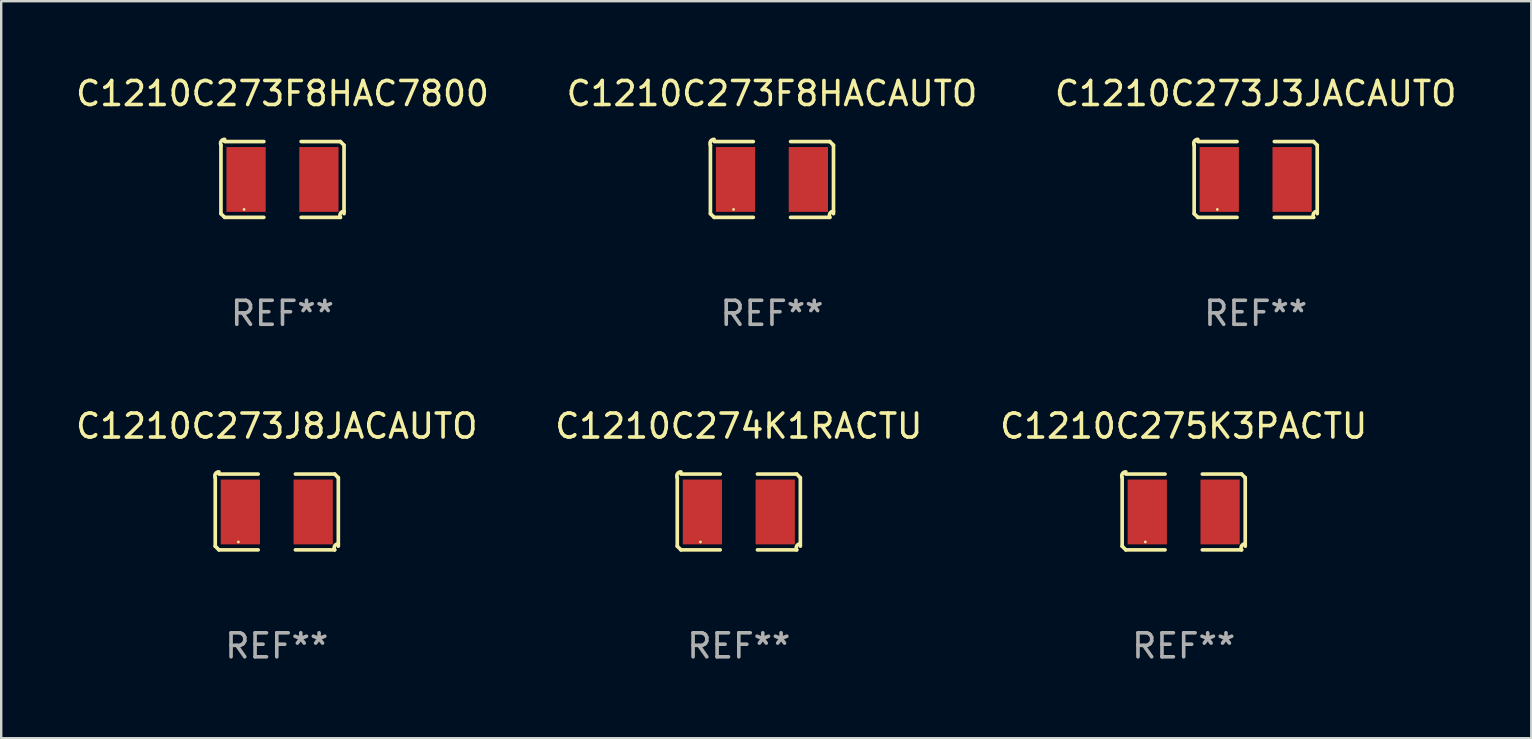
<source format=kicad_pcb>
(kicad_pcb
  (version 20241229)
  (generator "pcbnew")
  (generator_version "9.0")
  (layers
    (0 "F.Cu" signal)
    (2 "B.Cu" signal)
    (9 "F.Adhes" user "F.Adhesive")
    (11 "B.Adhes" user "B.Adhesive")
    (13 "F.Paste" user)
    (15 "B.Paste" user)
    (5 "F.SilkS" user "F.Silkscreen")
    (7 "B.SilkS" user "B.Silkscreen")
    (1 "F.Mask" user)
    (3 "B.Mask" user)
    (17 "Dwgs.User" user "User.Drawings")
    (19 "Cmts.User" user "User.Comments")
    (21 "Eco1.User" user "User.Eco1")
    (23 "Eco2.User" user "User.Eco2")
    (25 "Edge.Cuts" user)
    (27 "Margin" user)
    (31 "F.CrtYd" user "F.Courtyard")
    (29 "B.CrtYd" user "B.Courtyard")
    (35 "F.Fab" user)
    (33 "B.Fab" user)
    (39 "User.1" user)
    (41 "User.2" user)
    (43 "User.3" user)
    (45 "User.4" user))
  (footprint "C1210C273F8HAC7800"
    (layer "F.Cu")
    (at 8.72 4.427)
    (property "Reference" "C1210C273F8HAC7800" (at 0 -3.579 0) (layer "F.SilkS") (effects (font (size 1 1) (thickness 0.15))))
    (attr through_hole)
    (fp_line (start -2.564 1.426) (end -2.564 -1.426) (stroke (width 0.152) (type solid)) (layer "F.SilkS"))
    (fp_line (start -2.411 -1.579) (end -0.776 -1.579) (stroke (width 0.152) (type solid)) (layer "F.SilkS"))
    (fp_line (start -0.776 1.579) (end -2.411 1.579) (stroke (width 0.152) (type solid)) (layer "F.SilkS"))
    (fp_line (start 0.776 1.579) (end 2.411 1.579) (stroke (width 0.152) (type solid)) (layer "F.SilkS"))
    (fp_line (start 2.411 -1.579) (end 0.776 -1.579) (stroke (width 0.152) (type solid)) (layer "F.SilkS"))
    (fp_line (start 2.564 1.426) (end 2.564 -1.426) (stroke (width 0.152) (type solid)) (layer "F.SilkS"))
    (fp_arc (start -2.563602 -1.426213) (mid -2.555597 -1.591233) (end -2.411201 -1.671518) (stroke (width 0.1524) (type solid)) (layer "F.SilkS"))
    (fp_arc (start -2.5636 1.426214) (mid -2.487389 1.502402) (end -2.411201 1.578613) (stroke (width 0.1524) (type solid)) (layer "F.SilkS"))
    (fp_arc (start 2.411197 -1.578618) (mid 2.487403 -1.502419) (end 2.563602 -1.426213) (stroke (width 0.1524) (type solid)) (layer "F.SilkS"))
    (fp_arc (start 2.411201 1.578613) (mid 2.416214 1.409455) (end 2.563602 1.32629) (stroke (width 0.1524) (type solid)) (layer "F.SilkS"))
    (fp_circle (center -1.6 1.25) (end -1.57 1.25) (stroke (width 0.06) (type solid)) (fill no) (layer "F.SilkS"))
    (fp_text user "REF**" (at 0 5.579 0) (layer "F.Fab") (effects (font (size 1 1) (thickness 0.15))))
    (pad "1" smd rect (at -1.517 0) (size 1.635 2.7) (layers "F.Cu" "F.Mask" "F.Paste"))
    (pad "2" smd rect (at 1.517 0) (size 1.635 2.7) (layers "F.Cu" "F.Mask" "F.Paste")))
  (footprint "C1210C275K3PACTU"
    (layer "F.Cu")
    (at 46.268 18.281)
    (property "Reference" "C1210C275K3PACTU" (at 0 -3.579 0) (layer "F.SilkS") (effects (font (size 1 1) (thickness 0.15))))
    (attr through_hole)
    (fp_line (start -2.564 1.426) (end -2.564 -1.426) (stroke (width 0.152) (type solid)) (layer "F.SilkS"))
    (fp_line (start -2.411 -1.579) (end -0.776 -1.579) (stroke (width 0.152) (type solid)) (layer "F.SilkS"))
    (fp_line (start -0.776 1.579) (end -2.411 1.579) (stroke (width 0.152) (type solid)) (layer "F.SilkS"))
    (fp_line (start 0.776 1.579) (end 2.411 1.579) (stroke (width 0.152) (type solid)) (layer "F.SilkS"))
    (fp_line (start 2.411 -1.579) (end 0.776 -1.579) (stroke (width 0.152) (type solid)) (layer "F.SilkS"))
    (fp_line (start 2.564 1.426) (end 2.564 -1.426) (stroke (width 0.152) (type solid)) (layer "F.SilkS"))
    (fp_arc (start -2.563602 -1.426213) (mid -2.555597 -1.591233) (end -2.411201 -1.671518) (stroke (width 0.1524) (type solid)) (layer "F.SilkS"))
    (fp_arc (start -2.5636 1.426214) (mid -2.487389 1.502402) (end -2.411201 1.578613) (stroke (width 0.1524) (type solid)) (layer "F.SilkS"))
    (fp_arc (start 2.411197 -1.578618) (mid 2.487403 -1.502419) (end 2.563602 -1.426213) (stroke (width 0.1524) (type solid)) (layer "F.SilkS"))
    (fp_arc (start 2.411201 1.578613) (mid 2.416214 1.409455) (end 2.563602 1.32629) (stroke (width 0.1524) (type solid)) (layer "F.SilkS"))
    (fp_circle (center -1.6 1.25) (end -1.57 1.25) (stroke (width 0.06) (type solid)) (fill no) (layer "F.SilkS"))
    (fp_text user "REF**" (at 0 5.579 0) (layer "F.Fab") (effects (font (size 1 1) (thickness 0.15))))
    (pad "1" smd rect (at -1.517 0) (size 1.635 2.7) (layers "F.Cu" "F.Mask" "F.Paste"))
    (pad "2" smd rect (at 1.517 0) (size 1.635 2.7) (layers "F.Cu" "F.Mask" "F.Paste")))
  (footprint "C1210C273J8JACAUTO"
    (layer "F.Cu")
    (at 8.482 18.281)
    (property "Reference" "C1210C273J8JACAUTO" (at 0 -3.579 0) (layer "F.SilkS") (effects (font (size 1 1) (thickness 0.15))))
    (attr through_hole)
    (fp_line (start -2.564 1.426) (end -2.564 -1.426) (stroke (width 0.152) (type solid)) (layer "F.SilkS"))
    (fp_line (start -2.411 -1.579) (end -0.776 -1.579) (stroke (width 0.152) (type solid)) (layer "F.SilkS"))
    (fp_line (start -0.776 1.579) (end -2.411 1.579) (stroke (width 0.152) (type solid)) (layer "F.SilkS"))
    (fp_line (start 0.776 1.579) (end 2.411 1.579) (stroke (width 0.152) (type solid)) (layer "F.SilkS"))
    (fp_line (start 2.411 -1.579) (end 0.776 -1.579) (stroke (width 0.152) (type solid)) (layer "F.SilkS"))
    (fp_line (start 2.564 1.426) (end 2.564 -1.426) (stroke (width 0.152) (type solid)) (layer "F.SilkS"))
    (fp_arc (start -2.563602 -1.426213) (mid -2.555597 -1.591233) (end -2.411201 -1.671518) (stroke (width 0.1524) (type solid)) (layer "F.SilkS"))
    (fp_arc (start -2.5636 1.426214) (mid -2.487389 1.502402) (end -2.411201 1.578613) (stroke (width 0.1524) (type solid)) (layer "F.SilkS"))
    (fp_arc (start 2.411197 -1.578618) (mid 2.487403 -1.502419) (end 2.563602 -1.426213) (stroke (width 0.1524) (type solid)) (layer "F.SilkS"))
    (fp_arc (start 2.411201 1.578613) (mid 2.416214 1.409455) (end 2.563602 1.32629) (stroke (width 0.1524) (type solid)) (layer "F.SilkS"))
    (fp_circle (center -1.6 1.25) (end -1.57 1.25) (stroke (width 0.06) (type solid)) (fill no) (layer "F.SilkS"))
    (fp_text user "REF**" (at 0 5.579 0) (layer "F.Fab") (effects (font (size 1 1) (thickness 0.15))))
    (pad "1" smd rect (at -1.517 0) (size 1.635 2.7) (layers "F.Cu" "F.Mask" "F.Paste"))
    (pad "2" smd rect (at 1.517 0) (size 1.635 2.7) (layers "F.Cu" "F.Mask" "F.Paste")))
  (footprint "C1210C274K1RACTU"
    (layer "F.Cu")
    (at 27.732 18.281)
    (property "Reference" "C1210C274K1RACTU" (at 0 -3.579 0) (layer "F.SilkS") (effects (font (size 1 1) (thickness 0.15))))
    (attr through_hole)
    (fp_line (start -2.564 1.426) (end -2.564 -1.426) (stroke (width 0.152) (type solid)) (layer "F.SilkS"))
    (fp_line (start -2.411 -1.579) (end -0.776 -1.579) (stroke (width 0.152) (type solid)) (layer "F.SilkS"))
    (fp_line (start -0.776 1.579) (end -2.411 1.579) (stroke (width 0.152) (type solid)) (layer "F.SilkS"))
    (fp_line (start 0.776 1.579) (end 2.411 1.579) (stroke (width 0.152) (type solid)) (layer "F.SilkS"))
    (fp_line (start 2.411 -1.579) (end 0.776 -1.579) (stroke (width 0.152) (type solid)) (layer "F.SilkS"))
    (fp_line (start 2.564 1.426) (end 2.564 -1.426) (stroke (width 0.152) (type solid)) (layer "F.SilkS"))
    (fp_arc (start -2.563602 -1.426213) (mid -2.555597 -1.591233) (end -2.411201 -1.671518) (stroke (width 0.1524) (type solid)) (layer "F.SilkS"))
    (fp_arc (start -2.5636 1.426214) (mid -2.487389 1.502402) (end -2.411201 1.578613) (stroke (width 0.1524) (type solid)) (layer "F.SilkS"))
    (fp_arc (start 2.411197 -1.578618) (mid 2.487403 -1.502419) (end 2.563602 -1.426213) (stroke (width 0.1524) (type solid)) (layer "F.SilkS"))
    (fp_arc (start 2.411201 1.578613) (mid 2.416214 1.409455) (end 2.563602 1.32629) (stroke (width 0.1524) (type solid)) (layer "F.SilkS"))
    (fp_circle (center -1.6 1.25) (end -1.57 1.25) (stroke (width 0.06) (type solid)) (fill no) (layer "F.SilkS"))
    (fp_text user "REF**" (at 0 5.579 0) (layer "F.Fab") (effects (font (size 1 1) (thickness 0.15))))
    (pad "1" smd rect (at -1.517 0) (size 1.635 2.7) (layers "F.Cu" "F.Mask" "F.Paste"))
    (pad "2" smd rect (at 1.517 0) (size 1.635 2.7) (layers "F.Cu" "F.Mask" "F.Paste")))
  (footprint "C1210C273J3JACAUTO"
    (layer "F.Cu")
    (at 49.268 4.427)
    (property "Reference" "C1210C273J3JACAUTO" (at 0 -3.579 0) (layer "F.SilkS") (effects (font (size 1 1) (thickness 0.15))))
    (attr through_hole)
    (fp_line (start -2.564 1.426) (end -2.564 -1.426) (stroke (width 0.152) (type solid)) (layer "F.SilkS"))
    (fp_line (start -2.411 -1.579) (end -0.776 -1.579) (stroke (width 0.152) (type solid)) (layer "F.SilkS"))
    (fp_line (start -0.776 1.579) (end -2.411 1.579) (stroke (width 0.152) (type solid)) (layer "F.SilkS"))
    (fp_line (start 0.776 1.579) (end 2.411 1.579) (stroke (width 0.152) (type solid)) (layer "F.SilkS"))
    (fp_line (start 2.411 -1.579) (end 0.776 -1.579) (stroke (width 0.152) (type solid)) (layer "F.SilkS"))
    (fp_line (start 2.564 1.426) (end 2.564 -1.426) (stroke (width 0.152) (type solid)) (layer "F.SilkS"))
    (fp_arc (start -2.563602 -1.426213) (mid -2.555597 -1.591233) (end -2.411201 -1.671518) (stroke (width 0.1524) (type solid)) (layer "F.SilkS"))
    (fp_arc (start -2.5636 1.426214) (mid -2.487389 1.502402) (end -2.411201 1.578613) (stroke (width 0.1524) (type solid)) (layer "F.SilkS"))
    (fp_arc (start 2.411197 -1.578618) (mid 2.487403 -1.502419) (end 2.563602 -1.426213) (stroke (width 0.1524) (type solid)) (layer "F.SilkS"))
    (fp_arc (start 2.411201 1.578613) (mid 2.416214 1.409455) (end 2.563602 1.32629) (stroke (width 0.1524) (type solid)) (layer "F.SilkS"))
    (fp_circle (center -1.6 1.25) (end -1.57 1.25) (stroke (width 0.06) (type solid)) (fill no) (layer "F.SilkS"))
    (fp_text user "REF**" (at 0 5.579 0) (layer "F.Fab") (effects (font (size 1 1) (thickness 0.15))))
    (pad "1" smd rect (at -1.517 0) (size 1.635 2.7) (layers "F.Cu" "F.Mask" "F.Paste"))
    (pad "2" smd rect (at 1.517 0) (size 1.635 2.7) (layers "F.Cu" "F.Mask" "F.Paste")))
  (footprint "C1210C273F8HACAUTO"
    (layer "F.Cu")
    (at 29.113 4.427)
    (property "Reference" "C1210C273F8HACAUTO" (at 0 -3.579 0) (layer "F.SilkS") (effects (font (size 1 1) (thickness 0.15))))
    (attr through_hole)
    (fp_line (start -2.564 1.426) (end -2.564 -1.426) (stroke (width 0.152) (type solid)) (layer "F.SilkS"))
    (fp_line (start -2.411 -1.579) (end -0.776 -1.579) (stroke (width 0.152) (type solid)) (layer "F.SilkS"))
    (fp_line (start -0.776 1.579) (end -2.411 1.579) (stroke (width 0.152) (type solid)) (layer "F.SilkS"))
    (fp_line (start 0.776 1.579) (end 2.411 1.579) (stroke (width 0.152) (type solid)) (layer "F.SilkS"))
    (fp_line (start 2.411 -1.579) (end 0.776 -1.579) (stroke (width 0.152) (type solid)) (layer "F.SilkS"))
    (fp_line (start 2.564 1.426) (end 2.564 -1.426) (stroke (width 0.152) (type solid)) (layer "F.SilkS"))
    (fp_arc (start -2.563602 -1.426213) (mid -2.555597 -1.591233) (end -2.411201 -1.671518) (stroke (width 0.1524) (type solid)) (layer "F.SilkS"))
    (fp_arc (start -2.5636 1.426214) (mid -2.487389 1.502402) (end -2.411201 1.578613) (stroke (width 0.1524) (type solid)) (layer "F.SilkS"))
    (fp_arc (start 2.411197 -1.578618) (mid 2.487403 -1.502419) (end 2.563602 -1.426213) (stroke (width 0.1524) (type solid)) (layer "F.SilkS"))
    (fp_arc (start 2.411201 1.578613) (mid 2.416214 1.409455) (end 2.563602 1.32629) (stroke (width 0.1524) (type solid)) (layer "F.SilkS"))
    (fp_circle (center -1.6 1.25) (end -1.57 1.25) (stroke (width 0.06) (type solid)) (fill no) (layer "F.SilkS"))
    (fp_text user "REF**" (at 0 5.579 0) (layer "F.Fab") (effects (font (size 1 1) (thickness 0.15))))
    (pad "1" smd rect (at -1.517 0) (size 1.635 2.7) (layers "F.Cu" "F.Mask" "F.Paste"))
    (pad "2" smd rect (at 1.517 0) (size 1.635 2.7) (layers "F.Cu" "F.Mask" "F.Paste")))
  (gr_rect
    (start -3 -3)
    (end 60.75 27.707)
    (stroke (width 0.1) (type default))
    (fill no)
    (layer "Edge.Cuts")))
</source>
